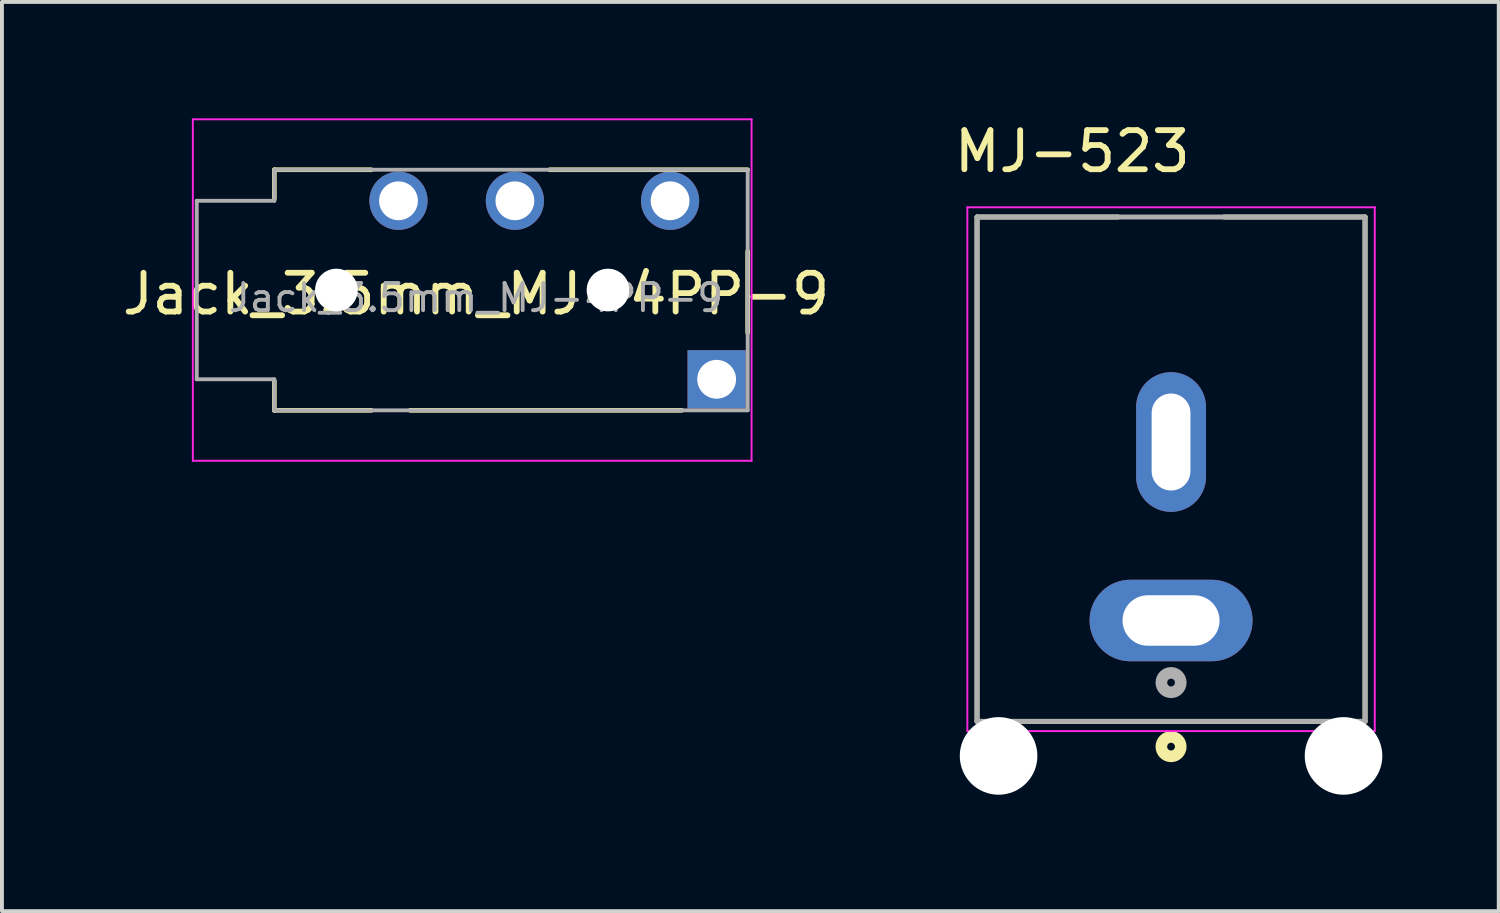
<source format=kicad_pcb>
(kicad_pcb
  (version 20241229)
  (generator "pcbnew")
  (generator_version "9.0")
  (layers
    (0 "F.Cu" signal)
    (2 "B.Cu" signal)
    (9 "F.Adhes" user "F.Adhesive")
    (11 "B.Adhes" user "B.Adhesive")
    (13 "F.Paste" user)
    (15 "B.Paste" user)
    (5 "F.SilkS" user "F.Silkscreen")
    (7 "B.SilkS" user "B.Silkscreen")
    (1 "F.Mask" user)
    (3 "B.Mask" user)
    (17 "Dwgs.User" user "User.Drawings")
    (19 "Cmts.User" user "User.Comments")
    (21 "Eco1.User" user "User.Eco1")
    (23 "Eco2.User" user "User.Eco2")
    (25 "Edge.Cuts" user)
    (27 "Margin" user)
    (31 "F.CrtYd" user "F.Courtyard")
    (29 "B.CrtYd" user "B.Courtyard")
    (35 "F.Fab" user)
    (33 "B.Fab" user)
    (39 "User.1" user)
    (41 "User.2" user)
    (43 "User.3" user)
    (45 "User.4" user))
  (footprint "Jack_3.5mm_MJ-4PP-9"
    (layer "F.Cu")
    (at 9.22 4.425)
    (property "Reference" "Jack_3.5mm_MJ-4PP-9" (at 0 0.1 0) (layer "F.SilkS") (effects (font (size 1 1) (thickness 0.15))))
    (attr through_hole)
    (fp_line (start -5.2 -3.1) (end -2.7 -3.1) (stroke (width 0.12) (type solid)) (layer "F.SilkS"))
    (fp_line (start -5.2 -2.35) (end -5.2 -3.1) (stroke (width 0.12) (type solid)) (layer "F.SilkS"))
    (fp_line (start -5.2 3.1) (end -5.2 2.35) (stroke (width 0.12) (type solid)) (layer "F.SilkS"))
    (fp_line (start -2.7 3.1) (end -5.2 3.1) (stroke (width 0.12) (type solid)) (layer "F.SilkS"))
    (fp_line (start -1.7 3.1) (end 5.3 3.1) (stroke (width 0.12) (type solid)) (layer "F.SilkS"))
    (fp_line (start 1.9 -3.1) (end 7 -3.1) (stroke (width 0.12) (type solid)) (layer "F.SilkS"))
    (fp_line (start 7 -1) (end 7 1.1) (stroke (width 0.12) (type solid)) (layer "F.SilkS"))
    (fp_line (start -7.3 -4.4) (end -7.3 4.4) (stroke (width 0.05) (type solid)) (layer "F.CrtYd"))
    (fp_line (start 7.1 -4.4) (end -7.3 -4.4) (stroke (width 0.05) (type solid)) (layer "F.CrtYd"))
    (fp_line (start 7.1 -4.4) (end 7.1 4.4) (stroke (width 0.05) (type solid)) (layer "F.CrtYd"))
    (fp_line (start 7.1 4.4) (end -7.3 4.4) (stroke (width 0.05) (type solid)) (layer "F.CrtYd"))
    (fp_line (start -7.2 -2.3) (end -7.2 2.3) (stroke (width 0.1) (type solid)) (layer "F.Fab"))
    (fp_line (start -5.2 -2.3) (end -7.2 -2.3) (stroke (width 0.1) (type solid)) (layer "F.Fab"))
    (fp_line (start -5.2 -2.3) (end -5.2 -3.1) (stroke (width 0.1) (type solid)) (layer "F.Fab"))
    (fp_line (start -5.2 2.3) (end -7.2 2.3) (stroke (width 0.1) (type solid)) (layer "F.Fab"))
    (fp_line (start -5.2 3.1) (end -5.2 2.3) (stroke (width 0.1) (type solid)) (layer "F.Fab"))
    (fp_line (start 7 -3.1) (end -5.2 -3.1) (stroke (width 0.1) (type solid)) (layer "F.Fab"))
    (fp_line (start 7 -3.1) (end 7 3.1) (stroke (width 0.1) (type solid)) (layer "F.Fab"))
    (fp_line (start 7 3.1) (end -5.2 3.1) (stroke (width 0.1) (type solid)) (layer "F.Fab"))
    (fp_text user "${REFERENCE}" (at 0 0.2 0) (layer "F.Fab") (effects (font (size 0.7 0.7) (thickness 0.1))))
    (pad "" np_thru_hole circle (at -3.6 0) (size 1.1 1.1) (drill 1.1) (layers "*.Cu" "*.Mask"))
    (pad "" np_thru_hole circle (at 3.4 0) (size 1.1 1.1) (drill 1.1) (layers "*.Cu" "*.Mask"))
    (pad "R1" thru_hole circle (at 1 -2.3) (size 1.5 1.5) (drill 1) (layers "*.Cu" "*.Mask"))
    (pad "R2" thru_hole circle (at -2 -2.3) (size 1.5 1.5) (drill 1) (layers "*.Cu" "*.Mask"))
    (pad "S" thru_hole rect (at 6.2 2.3) (size 1.5 1.5) (drill 1) (layers "*.Cu" "*.Mask"))
    (pad "T" thru_hole circle (at 5 -2.3) (size 1.5 1.5) (drill 1) (layers "*.Cu" "*.Mask")))
  (footprint "MJ-523"
    (layer "F.Cu")
    (at 27.131 7.542)
    (property "Reference" "MJ-523" (at -2.546 -6.689 0) (layer "F.SilkS") (effects (font (size 1.007 1.007) (thickness 0.15))))
    (attr through_hole)
    (fp_line (start -5 -5) (end -5 8) (stroke (width 0.127) (type solid)) (layer "F.SilkS"))
    (fp_line (start -5 8) (end 5 8) (stroke (width 0.127) (type solid)) (layer "F.SilkS"))
    (fp_line (start -1.365 -5) (end -5 -5) (stroke (width 0.127) (type solid)) (layer "F.SilkS"))
    (fp_line (start 5 -5) (end 1.365 -5) (stroke (width 0.127) (type solid)) (layer "F.SilkS"))
    (fp_line (start 5 8) (end 5 -5) (stroke (width 0.127) (type solid)) (layer "F.SilkS"))
    (fp_circle (center 0 8.651) (end 0.1 8.651) (stroke (width 0.3) (type solid)) (fill no) (layer "F.SilkS"))
    (fp_line (start -5.25 -5.25) (end -5.25 8.25) (stroke (width 0.05) (type solid)) (layer "F.CrtYd"))
    (fp_line (start -5.25 8.25) (end 5.25 8.25) (stroke (width 0.05) (type solid)) (layer "F.CrtYd"))
    (fp_line (start 5.25 -5.25) (end -5.25 -5.25) (stroke (width 0.05) (type solid)) (layer "F.CrtYd"))
    (fp_line (start 5.25 8.25) (end 5.25 -5.25) (stroke (width 0.05) (type solid)) (layer "F.CrtYd"))
    (fp_line (start -5 -5) (end -5 8) (stroke (width 0.127) (type solid)) (layer "F.Fab"))
    (fp_line (start -5 8) (end 5 8) (stroke (width 0.127) (type solid)) (layer "F.Fab"))
    (fp_line (start 5 -5) (end -5 -5) (stroke (width 0.127) (type solid)) (layer "F.Fab"))
    (fp_line (start 5 8) (end 5 -5) (stroke (width 0.127) (type solid)) (layer "F.Fab"))
    (fp_circle (center 0 7) (end 0.1 7) (stroke (width 0.3) (type solid)) (fill no) (layer "F.Fab"))
    (pad "" np_thru_hole circle (at -4.445 8.89) (size 2 2) (drill 2) (layers "*.Cu" "*.Mask"))
    (pad "" np_thru_hole circle (at 4.445 8.89) (size 2 2) (drill 2) (layers "*.Cu" "*.Mask"))
    (pad "1" thru_hole oval (at 0 0.8) (size 1.8 3.6) (drill oval 1 2.5) (layers "*.Cu" "*.Mask"))
    (pad "2" thru_hole oval (at 0 5.4) (size 4.2 2.1) (drill oval 2.5 1.3) (layers "*.Cu" "*.Mask")))
  (gr_rect
    (start -3 -3)
    (end 35.576 20.432)
    (stroke (width 0.1) (type default))
    (fill no)
    (layer "Edge.Cuts")))
</source>
